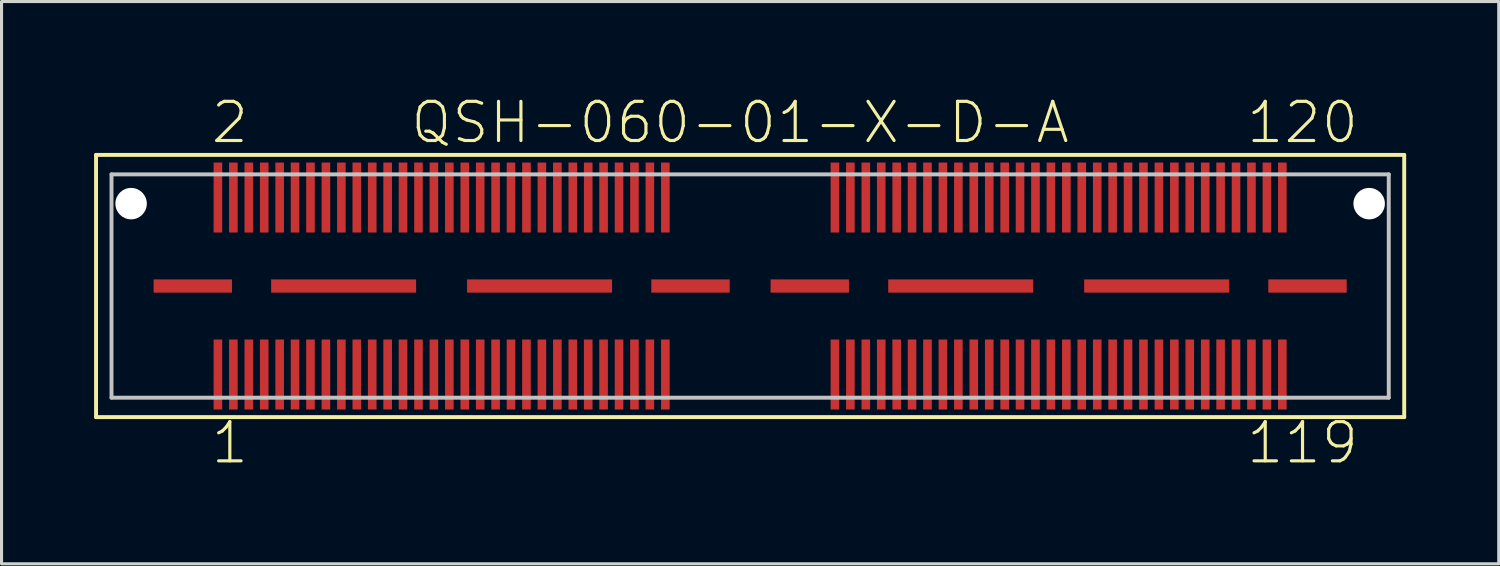
<source format=kicad_pcb>
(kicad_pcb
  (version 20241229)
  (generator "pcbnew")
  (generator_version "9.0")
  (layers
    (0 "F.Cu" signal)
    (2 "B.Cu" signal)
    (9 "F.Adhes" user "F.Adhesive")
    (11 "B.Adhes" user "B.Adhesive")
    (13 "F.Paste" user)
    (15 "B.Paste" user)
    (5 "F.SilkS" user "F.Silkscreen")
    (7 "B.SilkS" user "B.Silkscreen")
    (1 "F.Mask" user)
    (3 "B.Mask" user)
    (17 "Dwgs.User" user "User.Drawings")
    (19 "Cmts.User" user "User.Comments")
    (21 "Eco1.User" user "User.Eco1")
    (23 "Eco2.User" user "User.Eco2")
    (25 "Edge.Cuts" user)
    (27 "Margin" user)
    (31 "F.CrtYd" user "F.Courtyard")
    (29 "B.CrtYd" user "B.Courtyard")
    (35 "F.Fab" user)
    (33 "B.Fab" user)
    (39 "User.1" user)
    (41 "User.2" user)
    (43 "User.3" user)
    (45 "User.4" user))
  (footprint "QSH-060-01-X-D-A"
    (layer "F.Cu")
    (at 21.262 6.22)
    (property "Reference" "QSH-060-01-X-D-A" (at -0.323 -5.298 0) (layer "F.SilkS") (effects (font (size 1.27 1.27) (thickness 0.102))))
    (attr smd)
    (fp_line (start -21.199 -4.249) (end 21.199 -4.249) (stroke (width 0.127) (type solid)) (layer "F.SilkS"))
    (fp_line (start -21.199 4.249) (end -21.199 -4.249) (stroke (width 0.127) (type solid)) (layer "F.SilkS"))
    (fp_line (start 21.199 -4.249) (end 21.199 4.249) (stroke (width 0.127) (type solid)) (layer "F.SilkS"))
    (fp_line (start 21.199 4.249) (end -21.199 4.249) (stroke (width 0.127) (type solid)) (layer "F.SilkS"))
    (fp_line (start -20.698 -3.619) (end 20.698 -3.619) (stroke (width 0.127) (type solid)) (layer "Dwgs.User"))
    (fp_line (start -20.698 3.619) (end -20.698 -3.619) (stroke (width 0.127) (type solid)) (layer "Dwgs.User"))
    (fp_line (start 20.698 -3.619) (end 20.698 3.619) (stroke (width 0.127) (type solid)) (layer "Dwgs.User"))
    (fp_line (start 20.698 3.619) (end -20.698 3.619) (stroke (width 0.127) (type solid)) (layer "Dwgs.User"))
    (fp_text user "1" (at -16.863 5.083 0) (layer "F.SilkS") (effects (font (size 1.27 1.27) (thickness 0.102))))
    (fp_text user "119" (at 17.904 5.083 0) (layer "F.SilkS") (effects (font (size 1.27 1.27) (thickness 0.102))))
    (fp_text user "120" (at 17.904 -5.298 0) (layer "F.SilkS") (effects (font (size 1.27 1.27) (thickness 0.102))))
    (fp_text user "2" (at -16.863 -5.298 0) (layer "F.SilkS") (effects (font (size 1.27 1.27) (thickness 0.102))))
    (pad "" np_thru_hole circle (at -20.063 -2.67) (size 1.019 1.019) (drill 1.019) (layers "*.Cu" "*.Mask"))
    (pad "" np_thru_hole circle (at 20.063 -2.67) (size 1.019 1.019) (drill 1.019) (layers "*.Cu" "*.Mask"))
    (pad "1" smd rect (at -17.249 2.868) (size 0.279 2.268) (layers "F.Cu" "F.Mask" "F.Paste"))
    (pad "2" smd rect (at -17.249 -2.868) (size 0.279 2.268) (layers "F.Cu" "F.Mask" "F.Paste"))
    (pad "3" smd rect (at -16.749 2.868) (size 0.279 2.268) (layers "F.Cu" "F.Mask" "F.Paste"))
    (pad "4" smd rect (at -16.749 -2.868) (size 0.279 2.268) (layers "F.Cu" "F.Mask" "F.Paste"))
    (pad "5" smd rect (at -16.248 2.868) (size 0.279 2.268) (layers "F.Cu" "F.Mask" "F.Paste"))
    (pad "6" smd rect (at -16.248 -2.868) (size 0.279 2.268) (layers "F.Cu" "F.Mask" "F.Paste"))
    (pad "7" smd rect (at -15.748 2.868) (size 0.279 2.268) (layers "F.Cu" "F.Mask" "F.Paste"))
    (pad "8" smd rect (at -15.748 -2.868) (size 0.279 2.268) (layers "F.Cu" "F.Mask" "F.Paste"))
    (pad "9" smd rect (at -15.248 2.868) (size 0.279 2.268) (layers "F.Cu" "F.Mask" "F.Paste"))
    (pad "10" smd rect (at -15.248 -2.868) (size 0.279 2.268) (layers "F.Cu" "F.Mask" "F.Paste"))
    (pad "11" smd rect (at -14.75 2.868) (size 0.279 2.268) (layers "F.Cu" "F.Mask" "F.Paste"))
    (pad "12" smd rect (at -14.75 -2.868) (size 0.279 2.268) (layers "F.Cu" "F.Mask" "F.Paste"))
    (pad "13" smd rect (at -14.249 2.868) (size 0.279 2.268) (layers "F.Cu" "F.Mask" "F.Paste"))
    (pad "14" smd rect (at -14.249 -2.868) (size 0.279 2.268) (layers "F.Cu" "F.Mask" "F.Paste"))
    (pad "15" smd rect (at -13.749 2.868) (size 0.279 2.268) (layers "F.Cu" "F.Mask" "F.Paste"))
    (pad "16" smd rect (at -13.749 -2.868) (size 0.279 2.268) (layers "F.Cu" "F.Mask" "F.Paste"))
    (pad "17" smd rect (at -13.249 2.868) (size 0.279 2.268) (layers "F.Cu" "F.Mask" "F.Paste"))
    (pad "18" smd rect (at -13.249 -2.868) (size 0.279 2.268) (layers "F.Cu" "F.Mask" "F.Paste"))
    (pad "19" smd rect (at -12.748 2.868) (size 0.279 2.268) (layers "F.Cu" "F.Mask" "F.Paste"))
    (pad "20" smd rect (at -12.748 -2.868) (size 0.279 2.268) (layers "F.Cu" "F.Mask" "F.Paste"))
    (pad "21" smd rect (at -12.248 2.868) (size 0.279 2.268) (layers "F.Cu" "F.Mask" "F.Paste"))
    (pad "22" smd rect (at -12.248 -2.868) (size 0.279 2.268) (layers "F.Cu" "F.Mask" "F.Paste"))
    (pad "23" smd rect (at -11.748 2.868) (size 0.279 2.268) (layers "F.Cu" "F.Mask" "F.Paste"))
    (pad "24" smd rect (at -11.748 -2.868) (size 0.279 2.268) (layers "F.Cu" "F.Mask" "F.Paste"))
    (pad "25" smd rect (at -11.25 2.868) (size 0.279 2.268) (layers "F.Cu" "F.Mask" "F.Paste"))
    (pad "26" smd rect (at -11.25 -2.868) (size 0.279 2.268) (layers "F.Cu" "F.Mask" "F.Paste"))
    (pad "27" smd rect (at -10.749 2.868) (size 0.279 2.268) (layers "F.Cu" "F.Mask" "F.Paste"))
    (pad "28" smd rect (at -10.749 -2.868) (size 0.279 2.268) (layers "F.Cu" "F.Mask" "F.Paste"))
    (pad "29" smd rect (at -10.249 2.868) (size 0.279 2.268) (layers "F.Cu" "F.Mask" "F.Paste"))
    (pad "30" smd rect (at -10.249 -2.868) (size 0.279 2.268) (layers "F.Cu" "F.Mask" "F.Paste"))
    (pad "31" smd rect (at -9.749 2.868) (size 0.279 2.268) (layers "F.Cu" "F.Mask" "F.Paste"))
    (pad "32" smd rect (at -9.749 -2.868) (size 0.279 2.268) (layers "F.Cu" "F.Mask" "F.Paste"))
    (pad "33" smd rect (at -9.248 2.868) (size 0.279 2.268) (layers "F.Cu" "F.Mask" "F.Paste"))
    (pad "34" smd rect (at -9.248 -2.868) (size 0.279 2.268) (layers "F.Cu" "F.Mask" "F.Paste"))
    (pad "35" smd rect (at -8.748 2.868) (size 0.279 2.268) (layers "F.Cu" "F.Mask" "F.Paste"))
    (pad "36" smd rect (at -8.748 -2.868) (size 0.279 2.268) (layers "F.Cu" "F.Mask" "F.Paste"))
    (pad "37" smd rect (at -8.25 2.868) (size 0.279 2.268) (layers "F.Cu" "F.Mask" "F.Paste"))
    (pad "38" smd rect (at -8.25 -2.868) (size 0.279 2.268) (layers "F.Cu" "F.Mask" "F.Paste"))
    (pad "39" smd rect (at -7.75 2.868) (size 0.279 2.268) (layers "F.Cu" "F.Mask" "F.Paste"))
    (pad "40" smd rect (at -7.75 -2.868) (size 0.279 2.268) (layers "F.Cu" "F.Mask" "F.Paste"))
    (pad "41" smd rect (at -7.249 2.868) (size 0.279 2.268) (layers "F.Cu" "F.Mask" "F.Paste"))
    (pad "42" smd rect (at -7.249 -2.868) (size 0.279 2.268) (layers "F.Cu" "F.Mask" "F.Paste"))
    (pad "43" smd rect (at -6.749 2.868) (size 0.279 2.268) (layers "F.Cu" "F.Mask" "F.Paste"))
    (pad "44" smd rect (at -6.749 -2.868) (size 0.279 2.268) (layers "F.Cu" "F.Mask" "F.Paste"))
    (pad "45" smd rect (at -6.248 2.868) (size 0.279 2.268) (layers "F.Cu" "F.Mask" "F.Paste"))
    (pad "46" smd rect (at -6.248 -2.868) (size 0.279 2.268) (layers "F.Cu" "F.Mask" "F.Paste"))
    (pad "47" smd rect (at -5.748 2.868) (size 0.279 2.268) (layers "F.Cu" "F.Mask" "F.Paste"))
    (pad "48" smd rect (at -5.748 -2.868) (size 0.279 2.268) (layers "F.Cu" "F.Mask" "F.Paste"))
    (pad "49" smd rect (at -5.248 2.868) (size 0.279 2.268) (layers "F.Cu" "F.Mask" "F.Paste"))
    (pad "50" smd rect (at -5.248 -2.868) (size 0.279 2.268) (layers "F.Cu" "F.Mask" "F.Paste"))
    (pad "51" smd rect (at -4.75 2.868) (size 0.279 2.268) (layers "F.Cu" "F.Mask" "F.Paste"))
    (pad "52" smd rect (at -4.75 -2.868) (size 0.279 2.268) (layers "F.Cu" "F.Mask" "F.Paste"))
    (pad "53" smd rect (at -4.249 2.868) (size 0.279 2.268) (layers "F.Cu" "F.Mask" "F.Paste"))
    (pad "54" smd rect (at -4.249 -2.868) (size 0.279 2.268) (layers "F.Cu" "F.Mask" "F.Paste"))
    (pad "55" smd rect (at -3.749 2.868) (size 0.279 2.268) (layers "F.Cu" "F.Mask" "F.Paste"))
    (pad "56" smd rect (at -3.749 -2.868) (size 0.279 2.268) (layers "F.Cu" "F.Mask" "F.Paste"))
    (pad "57" smd rect (at -3.249 2.868) (size 0.279 2.268) (layers "F.Cu" "F.Mask" "F.Paste"))
    (pad "58" smd rect (at -3.249 -2.868) (size 0.279 2.268) (layers "F.Cu" "F.Mask" "F.Paste"))
    (pad "59" smd rect (at -2.748 2.868) (size 0.279 2.268) (layers "F.Cu" "F.Mask" "F.Paste"))
    (pad "60" smd rect (at -2.748 -2.868) (size 0.279 2.268) (layers "F.Cu" "F.Mask" "F.Paste"))
    (pad "61" smd rect (at 2.748 2.868) (size 0.279 2.268) (layers "F.Cu" "F.Mask" "F.Paste"))
    (pad "62" smd rect (at 2.748 -2.868) (size 0.279 2.268) (layers "F.Cu" "F.Mask" "F.Paste"))
    (pad "63" smd rect (at 3.249 2.868) (size 0.279 2.268) (layers "F.Cu" "F.Mask" "F.Paste"))
    (pad "64" smd rect (at 3.249 -2.868) (size 0.279 2.268) (layers "F.Cu" "F.Mask" "F.Paste"))
    (pad "65" smd rect (at 3.749 2.868) (size 0.279 2.268) (layers "F.Cu" "F.Mask" "F.Paste"))
    (pad "66" smd rect (at 3.749 -2.868) (size 0.279 2.268) (layers "F.Cu" "F.Mask" "F.Paste"))
    (pad "67" smd rect (at 4.249 2.868) (size 0.279 2.268) (layers "F.Cu" "F.Mask" "F.Paste"))
    (pad "68" smd rect (at 4.249 -2.868) (size 0.279 2.268) (layers "F.Cu" "F.Mask" "F.Paste"))
    (pad "69" smd rect (at 4.75 2.868) (size 0.279 2.268) (layers "F.Cu" "F.Mask" "F.Paste"))
    (pad "70" smd rect (at 4.75 -2.868) (size 0.279 2.268) (layers "F.Cu" "F.Mask" "F.Paste"))
    (pad "71" smd rect (at 5.248 2.868) (size 0.279 2.268) (layers "F.Cu" "F.Mask" "F.Paste"))
    (pad "72" smd rect (at 5.248 -2.868) (size 0.279 2.268) (layers "F.Cu" "F.Mask" "F.Paste"))
    (pad "73" smd rect (at 5.748 2.868) (size 0.279 2.268) (layers "F.Cu" "F.Mask" "F.Paste"))
    (pad "74" smd rect (at 5.748 -2.868) (size 0.279 2.268) (layers "F.Cu" "F.Mask" "F.Paste"))
    (pad "75" smd rect (at 6.248 2.868) (size 0.279 2.268) (layers "F.Cu" "F.Mask" "F.Paste"))
    (pad "76" smd rect (at 6.248 -2.868) (size 0.279 2.268) (layers "F.Cu" "F.Mask" "F.Paste"))
    (pad "77" smd rect (at 6.749 2.868) (size 0.279 2.268) (layers "F.Cu" "F.Mask" "F.Paste"))
    (pad "78" smd rect (at 6.749 -2.868) (size 0.279 2.268) (layers "F.Cu" "F.Mask" "F.Paste"))
    (pad "79" smd rect (at 7.249 2.868) (size 0.279 2.268) (layers "F.Cu" "F.Mask" "F.Paste"))
    (pad "80" smd rect (at 7.249 -2.868) (size 0.279 2.268) (layers "F.Cu" "F.Mask" "F.Paste"))
    (pad "81" smd rect (at 7.75 2.868) (size 0.279 2.268) (layers "F.Cu" "F.Mask" "F.Paste"))
    (pad "82" smd rect (at 7.75 -2.868) (size 0.279 2.268) (layers "F.Cu" "F.Mask" "F.Paste"))
    (pad "83" smd rect (at 8.25 2.868) (size 0.279 2.268) (layers "F.Cu" "F.Mask" "F.Paste"))
    (pad "84" smd rect (at 8.25 -2.868) (size 0.279 2.268) (layers "F.Cu" "F.Mask" "F.Paste"))
    (pad "85" smd rect (at 8.748 2.868) (size 0.279 2.268) (layers "F.Cu" "F.Mask" "F.Paste"))
    (pad "86" smd rect (at 8.748 -2.868) (size 0.279 2.268) (layers "F.Cu" "F.Mask" "F.Paste"))
    (pad "87" smd rect (at 9.248 2.868) (size 0.279 2.268) (layers "F.Cu" "F.Mask" "F.Paste"))
    (pad "88" smd rect (at 9.248 -2.868) (size 0.279 2.268) (layers "F.Cu" "F.Mask" "F.Paste"))
    (pad "89" smd rect (at 9.749 2.868) (size 0.279 2.268) (layers "F.Cu" "F.Mask" "F.Paste"))
    (pad "90" smd rect (at 9.749 -2.868) (size 0.279 2.268) (layers "F.Cu" "F.Mask" "F.Paste"))
    (pad "91" smd rect (at 10.249 2.868) (size 0.279 2.268) (layers "F.Cu" "F.Mask" "F.Paste"))
    (pad "92" smd rect (at 10.249 -2.868) (size 0.279 2.268) (layers "F.Cu" "F.Mask" "F.Paste"))
    (pad "93" smd rect (at 10.749 2.868) (size 0.279 2.268) (layers "F.Cu" "F.Mask" "F.Paste"))
    (pad "94" smd rect (at 10.749 -2.868) (size 0.279 2.268) (layers "F.Cu" "F.Mask" "F.Paste"))
    (pad "95" smd rect (at 11.25 2.868) (size 0.279 2.268) (layers "F.Cu" "F.Mask" "F.Paste"))
    (pad "96" smd rect (at 11.25 -2.868) (size 0.279 2.268) (layers "F.Cu" "F.Mask" "F.Paste"))
    (pad "97" smd rect (at 11.748 2.868) (size 0.279 2.268) (layers "F.Cu" "F.Mask" "F.Paste"))
    (pad "98" smd rect (at 11.748 -2.868) (size 0.279 2.268) (layers "F.Cu" "F.Mask" "F.Paste"))
    (pad "99" smd rect (at 12.248 2.868) (size 0.279 2.268) (layers "F.Cu" "F.Mask" "F.Paste"))
    (pad "100" smd rect (at 12.248 -2.868) (size 0.279 2.268) (layers "F.Cu" "F.Mask" "F.Paste"))
    (pad "101" smd rect (at 12.748 2.868) (size 0.279 2.268) (layers "F.Cu" "F.Mask" "F.Paste"))
    (pad "102" smd rect (at 12.748 -2.868) (size 0.279 2.268) (layers "F.Cu" "F.Mask" "F.Paste"))
    (pad "103" smd rect (at 13.249 2.868) (size 0.279 2.268) (layers "F.Cu" "F.Mask" "F.Paste"))
    (pad "104" smd rect (at 13.249 -2.868) (size 0.279 2.268) (layers "F.Cu" "F.Mask" "F.Paste"))
    (pad "105" smd rect (at 13.749 2.868) (size 0.279 2.268) (layers "F.Cu" "F.Mask" "F.Paste"))
    (pad "106" smd rect (at 13.749 -2.868) (size 0.279 2.268) (layers "F.Cu" "F.Mask" "F.Paste"))
    (pad "107" smd rect (at 14.249 2.868) (size 0.279 2.268) (layers "F.Cu" "F.Mask" "F.Paste"))
    (pad "108" smd rect (at 14.249 -2.868) (size 0.279 2.268) (layers "F.Cu" "F.Mask" "F.Paste"))
    (pad "109" smd rect (at 14.75 2.868) (size 0.279 2.268) (layers "F.Cu" "F.Mask" "F.Paste"))
    (pad "110" smd rect (at 14.75 -2.868) (size 0.279 2.268) (layers "F.Cu" "F.Mask" "F.Paste"))
    (pad "111" smd rect (at 15.248 2.868) (size 0.279 2.268) (layers "F.Cu" "F.Mask" "F.Paste"))
    (pad "112" smd rect (at 15.248 -2.868) (size 0.279 2.268) (layers "F.Cu" "F.Mask" "F.Paste"))
    (pad "113" smd rect (at 15.748 2.868) (size 0.279 2.268) (layers "F.Cu" "F.Mask" "F.Paste"))
    (pad "114" smd rect (at 15.748 -2.868) (size 0.279 2.268) (layers "F.Cu" "F.Mask" "F.Paste"))
    (pad "115" smd rect (at 16.248 2.868) (size 0.279 2.268) (layers "F.Cu" "F.Mask" "F.Paste"))
    (pad "116" smd rect (at 16.248 -2.868) (size 0.279 2.268) (layers "F.Cu" "F.Mask" "F.Paste"))
    (pad "117" smd rect (at 16.749 2.868) (size 0.279 2.268) (layers "F.Cu" "F.Mask" "F.Paste"))
    (pad "118" smd rect (at 16.749 -2.868) (size 0.279 2.268) (layers "F.Cu" "F.Mask" "F.Paste"))
    (pad "119" smd rect (at 17.249 2.868) (size 0.279 2.268) (layers "F.Cu" "F.Mask" "F.Paste"))
    (pad "120" smd rect (at 17.249 -2.868) (size 0.279 2.268) (layers "F.Cu" "F.Mask" "F.Paste"))
    (pad "G1" smd rect (at -18.064 0) (size 2.54 0.429) (layers "F.Cu" "F.Mask" "F.Paste"))
    (pad "G2" smd rect (at -13.175 0) (size 4.699 0.429) (layers "F.Cu" "F.Mask" "F.Paste"))
    (pad "G3" smd rect (at -6.825 0) (size 4.699 0.429) (layers "F.Cu" "F.Mask" "F.Paste"))
    (pad "G4" smd rect (at -1.933 0) (size 2.54 0.429) (layers "F.Cu" "F.Mask" "F.Paste"))
    (pad "G5" smd rect (at 1.933 0) (size 2.54 0.429) (layers "F.Cu" "F.Mask" "F.Paste"))
    (pad "G6" smd rect (at 6.825 0) (size 4.699 0.429) (layers "F.Cu" "F.Mask" "F.Paste"))
    (pad "G7" smd rect (at 13.175 0) (size 4.699 0.429) (layers "F.Cu" "F.Mask" "F.Paste"))
    (pad "G8" smd rect (at 18.064 0) (size 2.54 0.429) (layers "F.Cu" "F.Mask" "F.Paste")))
  (gr_rect
    (start -3 -3)
    (end 45.525 15.223)
    (stroke (width 0.1) (type default))
    (fill no)
    (layer "Edge.Cuts")))
</source>
